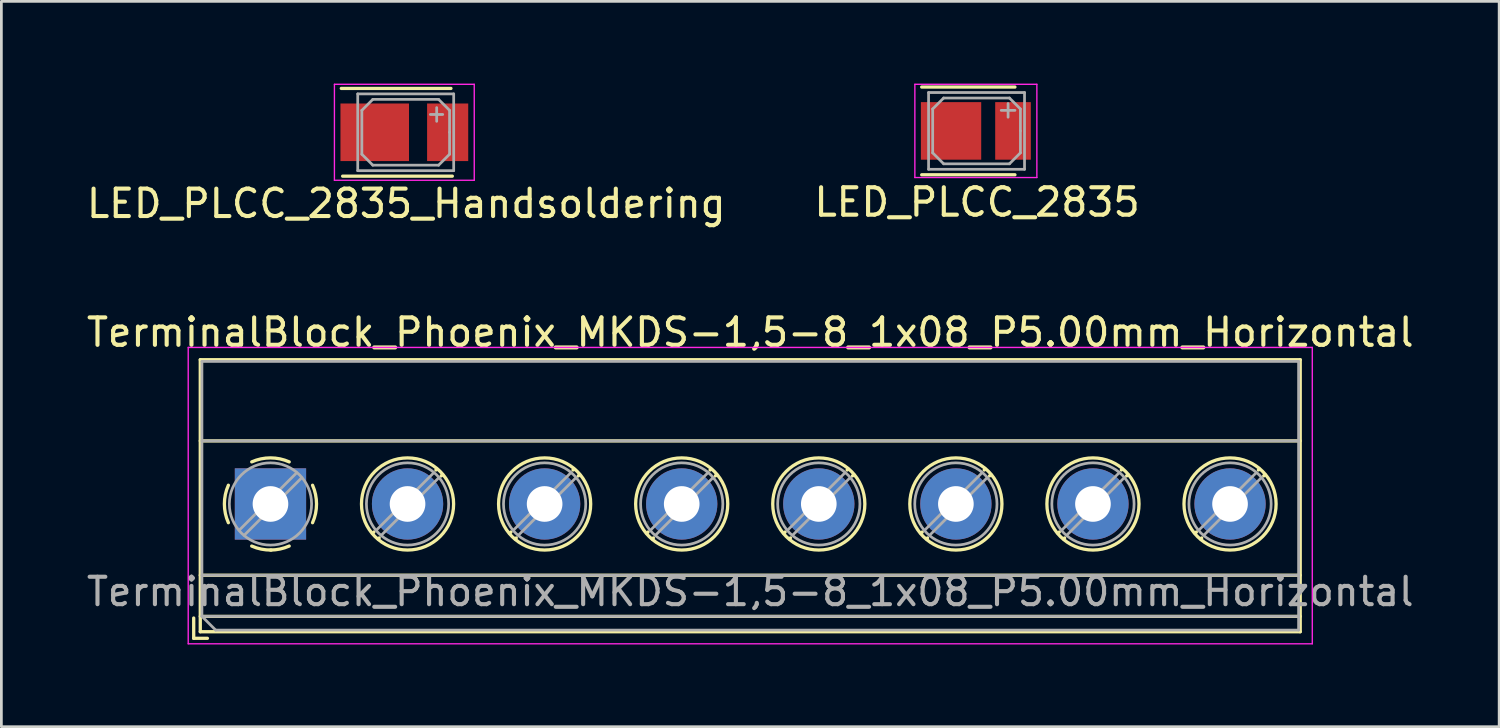
<source format=kicad_pcb>
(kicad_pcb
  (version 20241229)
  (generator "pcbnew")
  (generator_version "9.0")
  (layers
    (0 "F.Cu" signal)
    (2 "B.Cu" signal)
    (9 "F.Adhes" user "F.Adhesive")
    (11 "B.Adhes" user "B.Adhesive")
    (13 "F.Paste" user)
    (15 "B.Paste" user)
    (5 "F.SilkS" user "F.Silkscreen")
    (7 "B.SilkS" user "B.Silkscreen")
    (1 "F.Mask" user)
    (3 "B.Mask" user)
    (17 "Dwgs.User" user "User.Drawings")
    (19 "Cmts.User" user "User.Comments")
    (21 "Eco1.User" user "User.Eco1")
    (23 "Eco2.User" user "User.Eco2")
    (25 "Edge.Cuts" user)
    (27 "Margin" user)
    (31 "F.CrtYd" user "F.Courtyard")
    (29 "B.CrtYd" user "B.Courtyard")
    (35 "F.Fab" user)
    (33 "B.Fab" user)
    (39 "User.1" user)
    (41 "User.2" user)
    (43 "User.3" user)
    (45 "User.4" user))
  (footprint "LED_PLCC_2835_Handsoldering"
    (layer "F.Cu")
    (at 11.948 1.775)
    (property "Reference" "LED_PLCC_2835_Handsoldering" (at -0.18 2.6 0) (layer "F.SilkS") (effects (font (size 1 1) (thickness 0.15))))
    (attr smd)
    (fp_line (start 1.45 -1.6) (end -2.55 -1.6) (stroke (width 0.12) (type solid)) (layer "F.SilkS"))
    (fp_line (start 1.5 1.6) (end -2.5 1.6) (stroke (width 0.12) (type solid)) (layer "F.SilkS"))
    (fp_line (start -2.8 -1.75) (end 2.3 -1.75) (stroke (width 0.05) (type solid)) (layer "F.CrtYd"))
    (fp_line (start -2.8 1.75) (end -2.8 -1.75) (stroke (width 0.05) (type solid)) (layer "F.CrtYd"))
    (fp_line (start 2.3 -1.75) (end 2.3 1.75) (stroke (width 0.05) (type solid)) (layer "F.CrtYd"))
    (fp_line (start 2.3 1.75) (end -2.8 1.75) (stroke (width 0.05) (type solid)) (layer "F.CrtYd"))
    (fp_line (start -1.95 -1.4) (end 1.55 -1.4) (stroke (width 0.1) (type solid)) (layer "F.Fab"))
    (fp_line (start -1.95 1.4) (end -1.95 -1.4) (stroke (width 0.1) (type solid)) (layer "F.Fab"))
    (fp_line (start -1.8 -0.8) (end -1.4 -1.2) (stroke (width 0.1) (type solid)) (layer "F.Fab"))
    (fp_line (start -1.8 0.8) (end -1.8 -0.8) (stroke (width 0.1) (type solid)) (layer "F.Fab"))
    (fp_line (start -1.4 -1.2) (end 1 -1.2) (stroke (width 0.1) (type solid)) (layer "F.Fab"))
    (fp_line (start -1.4 1.2) (end -1.8 0.8) (stroke (width 0.1) (type solid)) (layer "F.Fab"))
    (fp_line (start 0.93 -0.4) (end 0.93 -0.9) (stroke (width 0.1) (type solid)) (layer "F.Fab"))
    (fp_line (start 1 -1.2) (end 1.4 -0.8) (stroke (width 0.1) (type solid)) (layer "F.Fab"))
    (fp_line (start 1 1.2) (end -1.4 1.2) (stroke (width 0.1) (type solid)) (layer "F.Fab"))
    (fp_line (start 1.15 -0.65) (end 0.7 -0.65) (stroke (width 0.1) (type solid)) (layer "F.Fab"))
    (fp_line (start 1.4 -0.8) (end 1.4 0) (stroke (width 0.1) (type solid)) (layer "F.Fab"))
    (fp_line (start 1.4 0) (end 1.4 0.8) (stroke (width 0.1) (type solid)) (layer "F.Fab"))
    (fp_line (start 1.4 0.8) (end 1 1.2) (stroke (width 0.1) (type solid)) (layer "F.Fab"))
    (fp_line (start 1.55 -1.4) (end 1.55 1.4) (stroke (width 0.1) (type solid)) (layer "F.Fab"))
    (fp_line (start 1.55 1.4) (end -1.95 1.4) (stroke (width 0.1) (type solid)) (layer "F.Fab"))
    (pad "1" smd rect (at -1.33 0 180) (size 2.5 2.1) (layers "F.Cu" "F.Mask" "F.Paste"))
    (pad "2" smd rect (at 1.33 0 180) (size 1.5 2.1) (layers "F.Cu" "F.Mask" "F.Paste")))
  (footprint "LED_PLCC_2835"
    (layer "F.Cu")
    (at 32.769 1.725)
    (property "Reference" "LED_PLCC_2835" (at -0.18 2.6 0) (layer "F.SilkS") (effects (font (size 1 1) (thickness 0.15))))
    (attr smd)
    (fp_line (start 1.2 -1.6) (end -2.2 -1.6) (stroke (width 0.12) (type solid)) (layer "F.SilkS"))
    (fp_line (start 1.2 1.6) (end -2.2 1.6) (stroke (width 0.12) (type solid)) (layer "F.SilkS"))
    (fp_line (start -2.45 -1.7) (end 2 -1.7) (stroke (width 0.05) (type solid)) (layer "F.CrtYd"))
    (fp_line (start -2.45 1.7) (end -2.45 -1.7) (stroke (width 0.05) (type solid)) (layer "F.CrtYd"))
    (fp_line (start 2 -1.7) (end 2 1.7) (stroke (width 0.05) (type solid)) (layer "F.CrtYd"))
    (fp_line (start 2 1.7) (end -2.45 1.7) (stroke (width 0.05) (type solid)) (layer "F.CrtYd"))
    (fp_line (start -1.95 -1.4) (end 1.55 -1.4) (stroke (width 0.1) (type solid)) (layer "F.Fab"))
    (fp_line (start -1.95 1.4) (end -1.95 -1.4) (stroke (width 0.1) (type solid)) (layer "F.Fab"))
    (fp_line (start -1.8 -0.8) (end -1.4 -1.2) (stroke (width 0.1) (type solid)) (layer "F.Fab"))
    (fp_line (start -1.8 0.8) (end -1.8 -0.8) (stroke (width 0.1) (type solid)) (layer "F.Fab"))
    (fp_line (start -1.4 -1.2) (end 1 -1.2) (stroke (width 0.1) (type solid)) (layer "F.Fab"))
    (fp_line (start -1.4 1.2) (end -1.8 0.8) (stroke (width 0.1) (type solid)) (layer "F.Fab"))
    (fp_line (start 0.95 -0.5) (end 0.95 -1) (stroke (width 0.1) (type solid)) (layer "F.Fab"))
    (fp_line (start 1 -1.2) (end 1.4 -0.8) (stroke (width 0.1) (type solid)) (layer "F.Fab"))
    (fp_line (start 1 1.2) (end -1.4 1.2) (stroke (width 0.1) (type solid)) (layer "F.Fab"))
    (fp_line (start 1.2 -0.75) (end 0.7 -0.75) (stroke (width 0.1) (type solid)) (layer "F.Fab"))
    (fp_line (start 1.4 -0.8) (end 1.4 0) (stroke (width 0.1) (type solid)) (layer "F.Fab"))
    (fp_line (start 1.4 0) (end 1.4 0.8) (stroke (width 0.1) (type solid)) (layer "F.Fab"))
    (fp_line (start 1.4 0.8) (end 1 1.2) (stroke (width 0.1) (type solid)) (layer "F.Fab"))
    (fp_line (start 1.55 -1.4) (end 1.55 1.4) (stroke (width 0.1) (type solid)) (layer "F.Fab"))
    (fp_line (start 1.55 1.4) (end -1.95 1.4) (stroke (width 0.1) (type solid)) (layer "F.Fab"))
    (pad "1" smd rect (at -1.13 0 180) (size 2.2 2.1) (layers "F.Cu" "F.Mask" "F.Paste"))
    (pad "2" smd rect (at 1.13 0 180) (size 1.3 2.1) (layers "F.Cu" "F.Mask" "F.Paste")))
  (footprint "TerminalBlock_Phoenix_MKDS-1,5-8_1x08_P5.00mm_Horizontal"
    (layer "F.Cu")
    (at 6.815 15.332)
    (property "Reference" "TerminalBlock_Phoenix_MKDS-1,5-8_1x08_P5.00mm_Horizontal" (at 17.5 -6.26 0) (layer "F.SilkS") (effects (font (size 1 1) (thickness 0.15))))
    (attr through_hole)
    (fp_line (start -2.8 4.16) (end -2.8 4.9) (stroke (width 0.12) (type solid)) (layer "F.SilkS"))
    (fp_line (start -2.8 4.9) (end -2.3 4.9) (stroke (width 0.12) (type solid)) (layer "F.SilkS"))
    (fp_line (start -2.56 -5.261) (end -2.56 4.66) (stroke (width 0.12) (type solid)) (layer "F.SilkS"))
    (fp_line (start -2.56 -5.261) (end 37.56 -5.261) (stroke (width 0.12) (type solid)) (layer "F.SilkS"))
    (fp_line (start -2.56 -2.301) (end 37.56 -2.301) (stroke (width 0.12) (type solid)) (layer "F.SilkS"))
    (fp_line (start -2.56 2.6) (end 37.56 2.6) (stroke (width 0.12) (type solid)) (layer "F.SilkS"))
    (fp_line (start -2.56 4.1) (end 37.56 4.1) (stroke (width 0.12) (type solid)) (layer "F.SilkS"))
    (fp_line (start -2.56 4.66) (end 37.56 4.66) (stroke (width 0.12) (type solid)) (layer "F.SilkS"))
    (fp_line (start 3.773 1.023) (end 3.726 1.069) (stroke (width 0.12) (type solid)) (layer "F.SilkS"))
    (fp_line (start 3.966 1.239) (end 3.931 1.274) (stroke (width 0.12) (type solid)) (layer "F.SilkS"))
    (fp_line (start 6.07 -1.275) (end 6.035 -1.239) (stroke (width 0.12) (type solid)) (layer "F.SilkS"))
    (fp_line (start 6.275 -1.069) (end 6.228 -1.023) (stroke (width 0.12) (type solid)) (layer "F.SilkS"))
    (fp_line (start 8.773 1.023) (end 8.726 1.069) (stroke (width 0.12) (type solid)) (layer "F.SilkS"))
    (fp_line (start 8.966 1.239) (end 8.931 1.274) (stroke (width 0.12) (type solid)) (layer "F.SilkS"))
    (fp_line (start 11.07 -1.275) (end 11.035 -1.239) (stroke (width 0.12) (type solid)) (layer "F.SilkS"))
    (fp_line (start 11.275 -1.069) (end 11.228 -1.023) (stroke (width 0.12) (type solid)) (layer "F.SilkS"))
    (fp_line (start 13.773 1.023) (end 13.726 1.069) (stroke (width 0.12) (type solid)) (layer "F.SilkS"))
    (fp_line (start 13.966 1.239) (end 13.931 1.274) (stroke (width 0.12) (type solid)) (layer "F.SilkS"))
    (fp_line (start 16.07 -1.275) (end 16.035 -1.239) (stroke (width 0.12) (type solid)) (layer "F.SilkS"))
    (fp_line (start 16.275 -1.069) (end 16.228 -1.023) (stroke (width 0.12) (type solid)) (layer "F.SilkS"))
    (fp_line (start 18.773 1.023) (end 18.726 1.069) (stroke (width 0.12) (type solid)) (layer "F.SilkS"))
    (fp_line (start 18.966 1.239) (end 18.931 1.274) (stroke (width 0.12) (type solid)) (layer "F.SilkS"))
    (fp_line (start 21.07 -1.275) (end 21.035 -1.239) (stroke (width 0.12) (type solid)) (layer "F.SilkS"))
    (fp_line (start 21.275 -1.069) (end 21.228 -1.023) (stroke (width 0.12) (type solid)) (layer "F.SilkS"))
    (fp_line (start 23.773 1.023) (end 23.726 1.069) (stroke (width 0.12) (type solid)) (layer "F.SilkS"))
    (fp_line (start 23.966 1.239) (end 23.931 1.274) (stroke (width 0.12) (type solid)) (layer "F.SilkS"))
    (fp_line (start 26.07 -1.275) (end 26.035 -1.239) (stroke (width 0.12) (type solid)) (layer "F.SilkS"))
    (fp_line (start 26.275 -1.069) (end 26.228 -1.023) (stroke (width 0.12) (type solid)) (layer "F.SilkS"))
    (fp_line (start 28.773 1.023) (end 28.726 1.069) (stroke (width 0.12) (type solid)) (layer "F.SilkS"))
    (fp_line (start 28.966 1.239) (end 28.931 1.274) (stroke (width 0.12) (type solid)) (layer "F.SilkS"))
    (fp_line (start 31.07 -1.275) (end 31.035 -1.239) (stroke (width 0.12) (type solid)) (layer "F.SilkS"))
    (fp_line (start 31.275 -1.069) (end 31.228 -1.023) (stroke (width 0.12) (type solid)) (layer "F.SilkS"))
    (fp_line (start 33.773 1.023) (end 33.726 1.069) (stroke (width 0.12) (type solid)) (layer "F.SilkS"))
    (fp_line (start 33.966 1.239) (end 33.931 1.274) (stroke (width 0.12) (type solid)) (layer "F.SilkS"))
    (fp_line (start 36.07 -1.275) (end 36.035 -1.239) (stroke (width 0.12) (type solid)) (layer "F.SilkS"))
    (fp_line (start 36.275 -1.069) (end 36.228 -1.023) (stroke (width 0.12) (type solid)) (layer "F.SilkS"))
    (fp_line (start 37.56 -5.261) (end 37.56 4.66) (stroke (width 0.12) (type solid)) (layer "F.SilkS"))
    (fp_arc (start -1.535427 0.683042) (mid -1.680501 -0.000524) (end -1.535 -0.684) (stroke (width 0.12) (type solid)) (layer "F.SilkS"))
    (fp_arc (start -0.683042 -1.535427) (mid 0.000524 -1.680501) (end 0.684 -1.535) (stroke (width 0.12) (type solid)) (layer "F.SilkS"))
    (fp_arc (start 0.028805 1.680253) (mid -0.335551 1.646659) (end -0.684 1.535) (stroke (width 0.12) (type solid)) (layer "F.SilkS"))
    (fp_arc (start 0.683318 1.534756) (mid 0.349292 1.643288) (end 0 1.68) (stroke (width 0.12) (type solid)) (layer "F.SilkS"))
    (fp_arc (start 1.535427 -0.683042) (mid 1.680501 0.000524) (end 1.535 0.684) (stroke (width 0.12) (type solid)) (layer "F.SilkS"))
    (fp_circle (center 5 0) (end 6.68 0) (stroke (width 0.12) (type solid)) (fill no) (layer "F.SilkS"))
    (fp_circle (center 10 0) (end 11.68 0) (stroke (width 0.12) (type solid)) (fill no) (layer "F.SilkS"))
    (fp_circle (center 15 0) (end 16.68 0) (stroke (width 0.12) (type solid)) (fill no) (layer "F.SilkS"))
    (fp_circle (center 20 0) (end 21.68 0) (stroke (width 0.12) (type solid)) (fill no) (layer "F.SilkS"))
    (fp_circle (center 25 0) (end 26.68 0) (stroke (width 0.12) (type solid)) (fill no) (layer "F.SilkS"))
    (fp_circle (center 30 0) (end 31.68 0) (stroke (width 0.12) (type solid)) (fill no) (layer "F.SilkS"))
    (fp_circle (center 35 0) (end 36.68 0) (stroke (width 0.12) (type solid)) (fill no) (layer "F.SilkS"))
    (fp_line (start -3 -5.71) (end -3 5.1) (stroke (width 0.05) (type solid)) (layer "F.CrtYd"))
    (fp_line (start -3 5.1) (end 38 5.1) (stroke (width 0.05) (type solid)) (layer "F.CrtYd"))
    (fp_line (start 38 -5.71) (end -3 -5.71) (stroke (width 0.05) (type solid)) (layer "F.CrtYd"))
    (fp_line (start 38 5.1) (end 38 -5.71) (stroke (width 0.05) (type solid)) (layer "F.CrtYd"))
    (fp_line (start -2.5 -5.2) (end 37.5 -5.2) (stroke (width 0.1) (type solid)) (layer "F.Fab"))
    (fp_line (start -2.5 -2.3) (end 37.5 -2.3) (stroke (width 0.1) (type solid)) (layer "F.Fab"))
    (fp_line (start -2.5 2.6) (end 37.5 2.6) (stroke (width 0.1) (type solid)) (layer "F.Fab"))
    (fp_line (start -2.5 4.1) (end -2.5 -5.2) (stroke (width 0.1) (type solid)) (layer "F.Fab"))
    (fp_line (start -2.5 4.1) (end 37.5 4.1) (stroke (width 0.1) (type solid)) (layer "F.Fab"))
    (fp_line (start -2 4.6) (end -2.5 4.1) (stroke (width 0.1) (type solid)) (layer "F.Fab"))
    (fp_line (start 0.955 -1.138) (end -1.138 0.955) (stroke (width 0.1) (type solid)) (layer "F.Fab"))
    (fp_line (start 1.138 -0.955) (end -0.955 1.138) (stroke (width 0.1) (type solid)) (layer "F.Fab"))
    (fp_line (start 5.955 -1.138) (end 3.863 0.955) (stroke (width 0.1) (type solid)) (layer "F.Fab"))
    (fp_line (start 6.138 -0.955) (end 4.046 1.138) (stroke (width 0.1) (type solid)) (layer "F.Fab"))
    (fp_line (start 10.955 -1.138) (end 8.863 0.955) (stroke (width 0.1) (type solid)) (layer "F.Fab"))
    (fp_line (start 11.138 -0.955) (end 9.046 1.138) (stroke (width 0.1) (type solid)) (layer "F.Fab"))
    (fp_line (start 15.955 -1.138) (end 13.863 0.955) (stroke (width 0.1) (type solid)) (layer "F.Fab"))
    (fp_line (start 16.138 -0.955) (end 14.046 1.138) (stroke (width 0.1) (type solid)) (layer "F.Fab"))
    (fp_line (start 20.955 -1.138) (end 18.863 0.955) (stroke (width 0.1) (type solid)) (layer "F.Fab"))
    (fp_line (start 21.138 -0.955) (end 19.046 1.138) (stroke (width 0.1) (type solid)) (layer "F.Fab"))
    (fp_line (start 25.955 -1.138) (end 23.863 0.955) (stroke (width 0.1) (type solid)) (layer "F.Fab"))
    (fp_line (start 26.138 -0.955) (end 24.046 1.138) (stroke (width 0.1) (type solid)) (layer "F.Fab"))
    (fp_line (start 30.955 -1.138) (end 28.863 0.955) (stroke (width 0.1) (type solid)) (layer "F.Fab"))
    (fp_line (start 31.138 -0.955) (end 29.046 1.138) (stroke (width 0.1) (type solid)) (layer "F.Fab"))
    (fp_line (start 35.955 -1.138) (end 33.863 0.955) (stroke (width 0.1) (type solid)) (layer "F.Fab"))
    (fp_line (start 36.138 -0.955) (end 34.046 1.138) (stroke (width 0.1) (type solid)) (layer "F.Fab"))
    (fp_line (start 37.5 -5.2) (end 37.5 4.6) (stroke (width 0.1) (type solid)) (layer "F.Fab"))
    (fp_line (start 37.5 4.6) (end -2 4.6) (stroke (width 0.1) (type solid)) (layer "F.Fab"))
    (fp_circle (center 0 0) (end 1.5 0) (stroke (width 0.1) (type solid)) (fill no) (layer "F.Fab"))
    (fp_circle (center 5 0) (end 6.5 0) (stroke (width 0.1) (type solid)) (fill no) (layer "F.Fab"))
    (fp_circle (center 10 0) (end 11.5 0) (stroke (width 0.1) (type solid)) (fill no) (layer "F.Fab"))
    (fp_circle (center 15 0) (end 16.5 0) (stroke (width 0.1) (type solid)) (fill no) (layer "F.Fab"))
    (fp_circle (center 20 0) (end 21.5 0) (stroke (width 0.1) (type solid)) (fill no) (layer "F.Fab"))
    (fp_circle (center 25 0) (end 26.5 0) (stroke (width 0.1) (type solid)) (fill no) (layer "F.Fab"))
    (fp_circle (center 30 0) (end 31.5 0) (stroke (width 0.1) (type solid)) (fill no) (layer "F.Fab"))
    (fp_circle (center 35 0) (end 36.5 0) (stroke (width 0.1) (type solid)) (fill no) (layer "F.Fab"))
    (fp_text user "${REFERENCE}" (at 17.5 3.2 0) (layer "F.Fab") (effects (font (size 1 1) (thickness 0.15))))
    (pad "1" thru_hole rect (at 0 0) (size 2.6 2.6) (drill 1.3) (layers "*.Cu" "*.Mask"))
    (pad "2" thru_hole circle (at 5 0) (size 2.6 2.6) (drill 1.3) (layers "*.Cu" "*.Mask"))
    (pad "3" thru_hole circle (at 10 0) (size 2.6 2.6) (drill 1.3) (layers "*.Cu" "*.Mask"))
    (pad "4" thru_hole circle (at 15 0) (size 2.6 2.6) (drill 1.3) (layers "*.Cu" "*.Mask"))
    (pad "5" thru_hole circle (at 20 0) (size 2.6 2.6) (drill 1.3) (layers "*.Cu" "*.Mask"))
    (pad "6" thru_hole circle (at 25 0) (size 2.6 2.6) (drill 1.3) (layers "*.Cu" "*.Mask"))
    (pad "7" thru_hole circle (at 30 0) (size 2.6 2.6) (drill 1.3) (layers "*.Cu" "*.Mask"))
    (pad "8" thru_hole circle (at 35 0) (size 2.6 2.6) (drill 1.3) (layers "*.Cu" "*.Mask")))
  (gr_rect
    (start -3 -3)
    (end 51.631 23.456)
    (stroke (width 0.1) (type default))
    (fill no)
    (layer "Edge.Cuts")))
</source>
